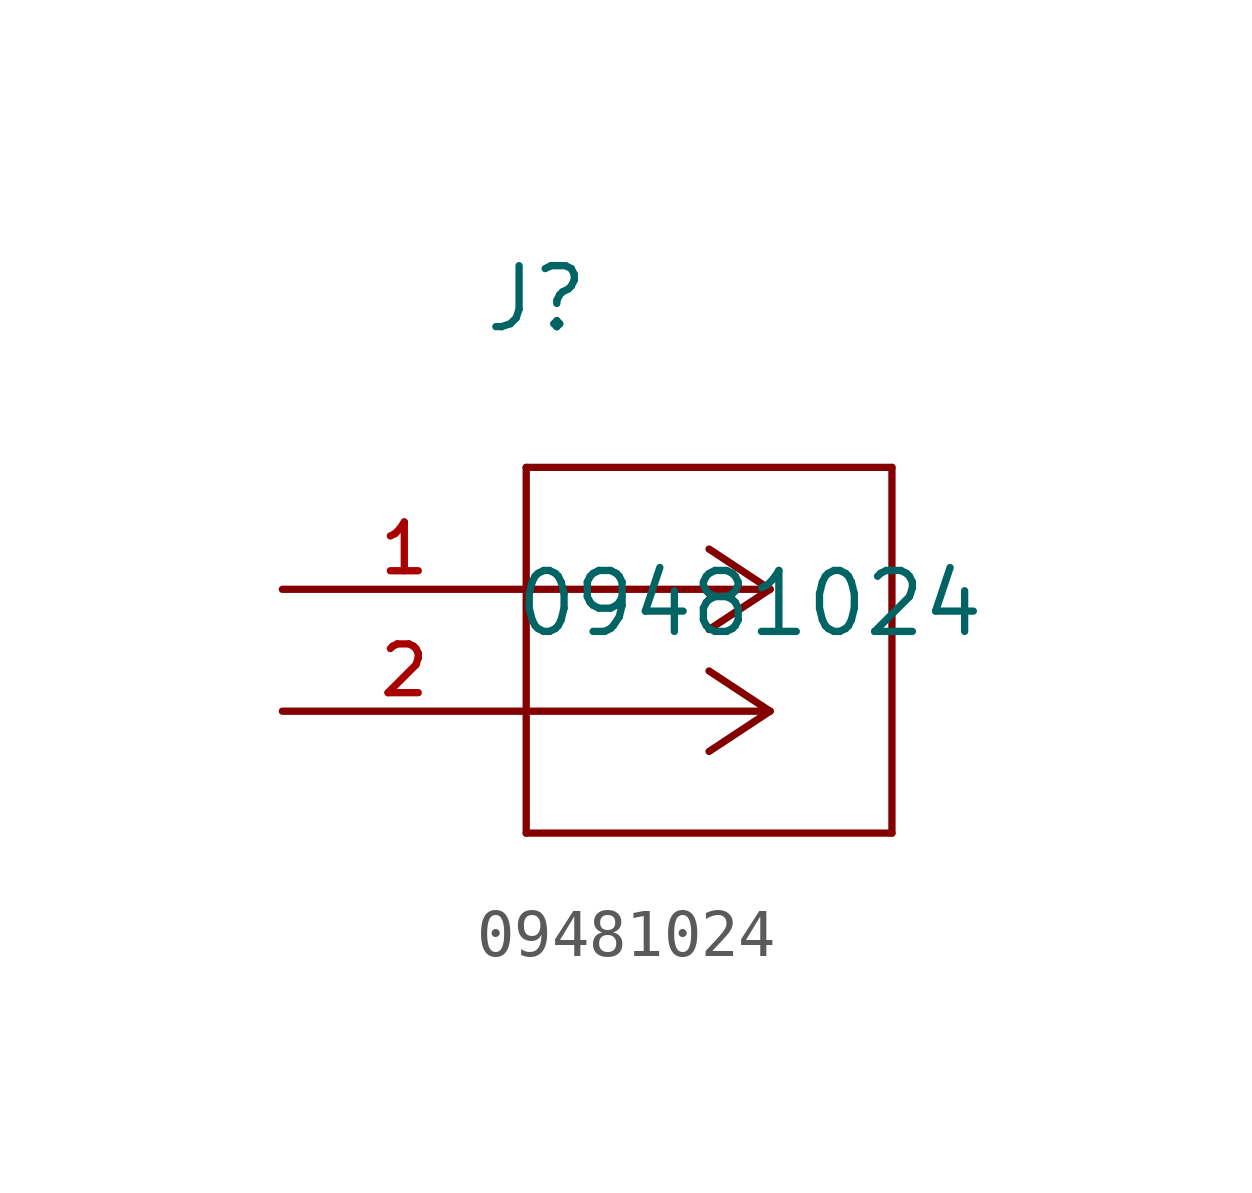
<source format=kicad_sym>
(kicad_symbol_lib
  (version 20211014)
  (generator kicad_symbol_editor)
  (symbol "09481024"
    (pin_names
      (offset 1.016))
    (property "Reference" "J"
      (at 4.166 5.309 0.0)
      (effects (font (size 1.27 1.27)) (justify bottom left)))
    (property "Value" "09481024"
      (at 4.801 -1.041 0.0)
      (effects (font (size 1.27 1.27)) (justify bottom left)))
    (symbol "09481024_0_0"
      (polyline (pts (xy 10.16 0.0) (xy 5.08 0.0)) (stroke (width 0.152)))
      (polyline (pts (xy 10.16 -2.54) (xy 5.08 -2.54)) (stroke (width 0.152)))
      (polyline (pts (xy 10.16 0.0) (xy 8.89 0.838)) (stroke (width 0.152)))
      (polyline (pts (xy 10.16 -2.54) (xy 8.89 -1.702)) (stroke (width 0.152)))
      (polyline (pts (xy 10.16 0.0) (xy 8.89 -0.838)) (stroke (width 0.152)))
      (polyline (pts (xy 10.16 -2.54) (xy 8.89 -3.378)) (stroke (width 0.152)))
      (polyline (pts (xy 5.08 2.54) (xy 5.08 -5.08)) (stroke (width 0.152)))
      (polyline (pts (xy 5.08 -5.08) (xy 12.7 -5.08)) (stroke (width 0.152)))
      (polyline (pts (xy 12.7 -5.08) (xy 12.7 2.54)) (stroke (width 0.152)))
      (polyline (pts (xy 12.7 2.54) (xy 5.08 2.54)) (stroke (width 0.152)))
      (pin passive line (at 0.0 0.0 0) (length 5.08) (name "~" (effects (font (size 1.016 1.016)))) (number "1" (effects (font (size 1.016 1.016)))))
      (pin passive line (at 0.0 -2.54 0) (length 5.08) (name "~" (effects (font (size 1.016 1.016)))) (number "2" (effects (font (size 1.016 1.016))))))))
</source>
